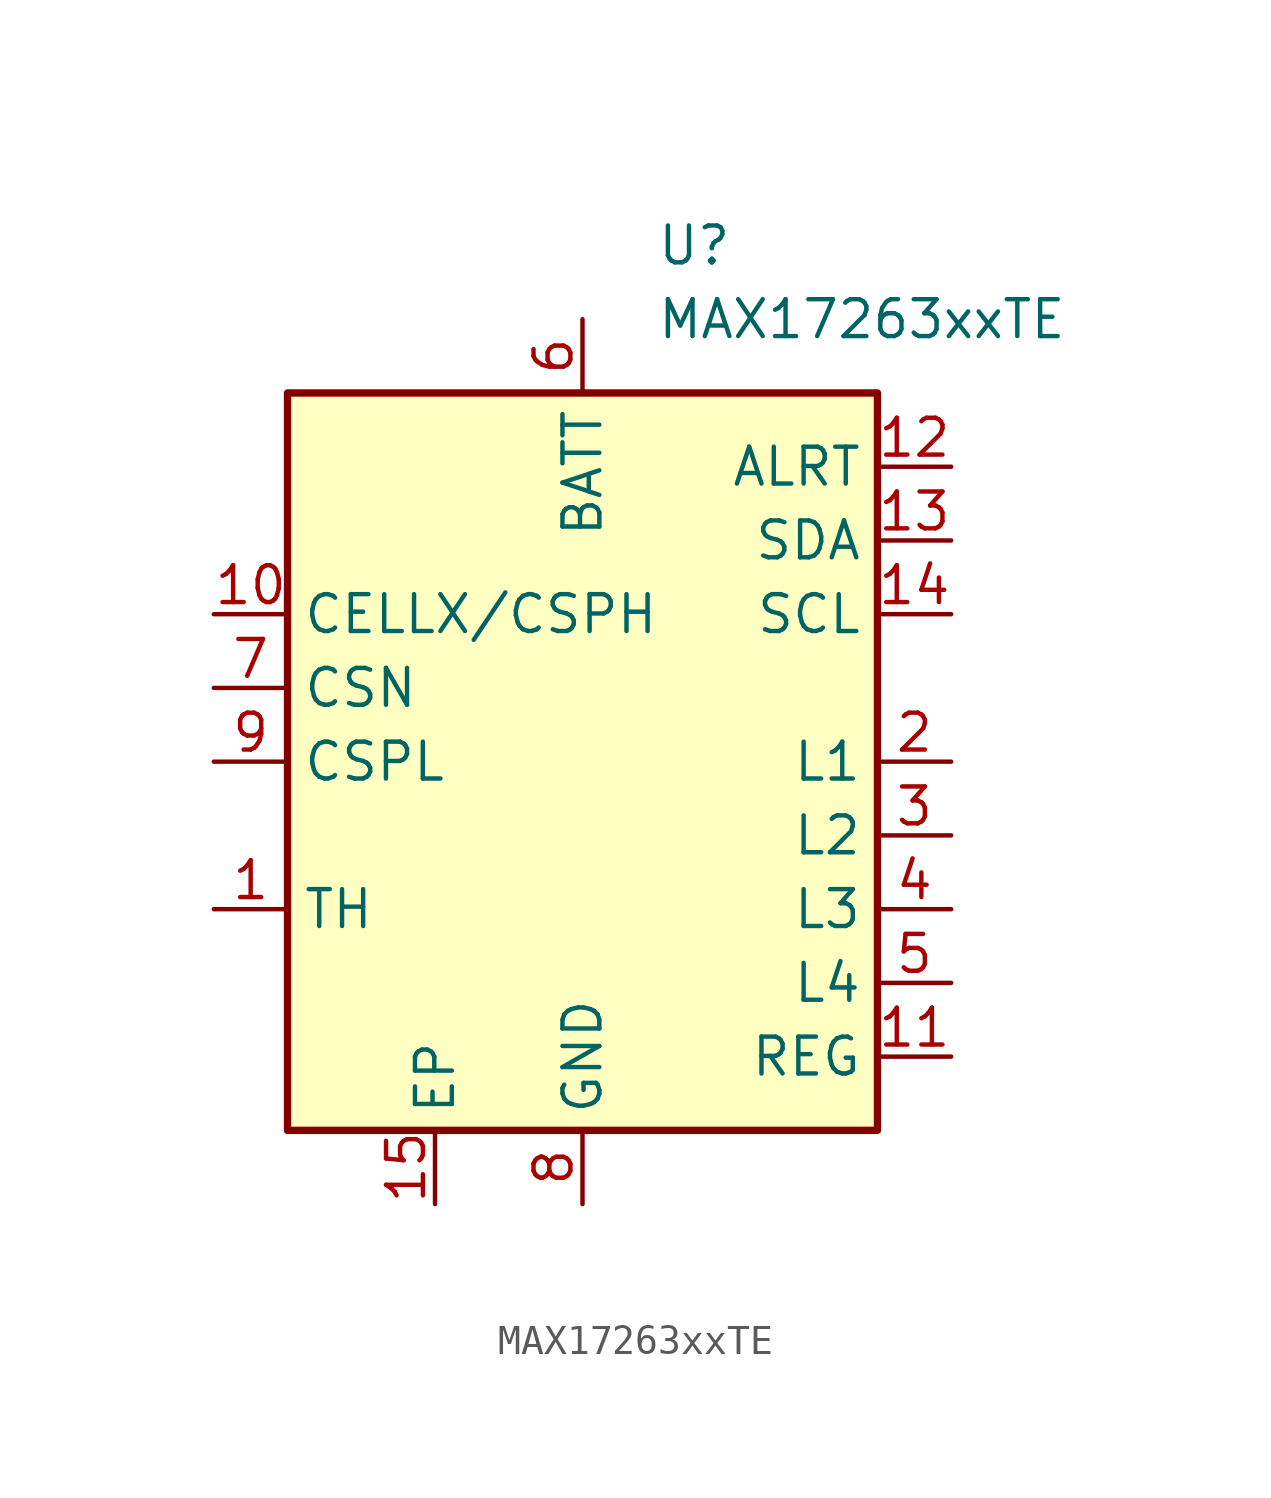
<source format=kicad_sym>
(kicad_symbol_lib
  (version 20211014)
  (generator kicad_symbol_editor)
  (symbol "MAX17263xxTE"
    (property "Reference" "U"
      (at 2.54 17.78 0)
      (effects (font (size 1.27 1.27)) (justify left)))
    (property "Value" "MAX17263xxTE"
      (at 2.54 15.24 0)
      (effects (font (size 1.27 1.27)) (justify left)))
    (symbol "MAX17263xxTE_0_1"
      (rectangle (start -10.16 12.7) (end 10.16 -12.7) (stroke (width 0.254) (type default) (color 0 0 0 0)) (fill (type background))))
    (symbol "MAX17263xxTE_1_1"
      (pin passive line (at -12.7 -5.08 0) (length 2.54) (name "TH" (effects (font (size 1.27 1.27)))) (number "1" (effects (font (size 1.27 1.27)))))
      (pin input line (at -12.7 5.08 0) (length 2.54) (name "CELLX/CSPH" (effects (font (size 1.27 1.27)))) (number "10" (effects (font (size 1.27 1.27)))))
      (pin power_out line (at 12.7 -10.16 180) (length 2.54) (name "REG" (effects (font (size 1.27 1.27)))) (number "11" (effects (font (size 1.27 1.27)))))
      (pin open_emitter line (at 12.7 10.16 180) (length 2.54) (name "ALRT" (effects (font (size 1.27 1.27)))) (number "12" (effects (font (size 1.27 1.27)))))
      (pin bidirectional line (at 12.7 7.62 180) (length 2.54) (name "SDA" (effects (font (size 1.27 1.27)))) (number "13" (effects (font (size 1.27 1.27)))))
      (pin input line (at 12.7 5.08 180) (length 2.54) (name "SCL" (effects (font (size 1.27 1.27)))) (number "14" (effects (font (size 1.27 1.27)))))
      (pin passive line (at -5.08 -15.24 90) (length 2.54) (name "EP" (effects (font (size 1.27 1.27)))) (number "15" (effects (font (size 1.27 1.27)))))
      (pin bidirectional line (at 12.7 0 180) (length 2.54) (name "L1" (effects (font (size 1.27 1.27)))) (number "2" (effects (font (size 1.27 1.27)))))
      (pin output line (at 12.7 -2.54 180) (length 2.54) (name "L2" (effects (font (size 1.27 1.27)))) (number "3" (effects (font (size 1.27 1.27)))))
      (pin output line (at 12.7 -5.08 180) (length 2.54) (name "L3" (effects (font (size 1.27 1.27)))) (number "4" (effects (font (size 1.27 1.27)))))
      (pin output line (at 12.7 -7.62 180) (length 2.54) (name "L4" (effects (font (size 1.27 1.27)))) (number "5" (effects (font (size 1.27 1.27)))))
      (pin power_in line (at 0 15.24 270) (length 2.54) (name "BATT" (effects (font (size 1.27 1.27)))) (number "6" (effects (font (size 1.27 1.27)))))
      (pin input line (at -12.7 2.54 0) (length 2.54) (name "CSN" (effects (font (size 1.27 1.27)))) (number "7" (effects (font (size 1.27 1.27)))))
      (pin power_in line (at 0 -15.24 90) (length 2.54) (name "GND" (effects (font (size 1.27 1.27)))) (number "8" (effects (font (size 1.27 1.27)))))
      (pin input line (at -12.7 0 0) (length 2.54) (name "CSPL" (effects (font (size 1.27 1.27)))) (number "9" (effects (font (size 1.27 1.27))))))))
</source>
